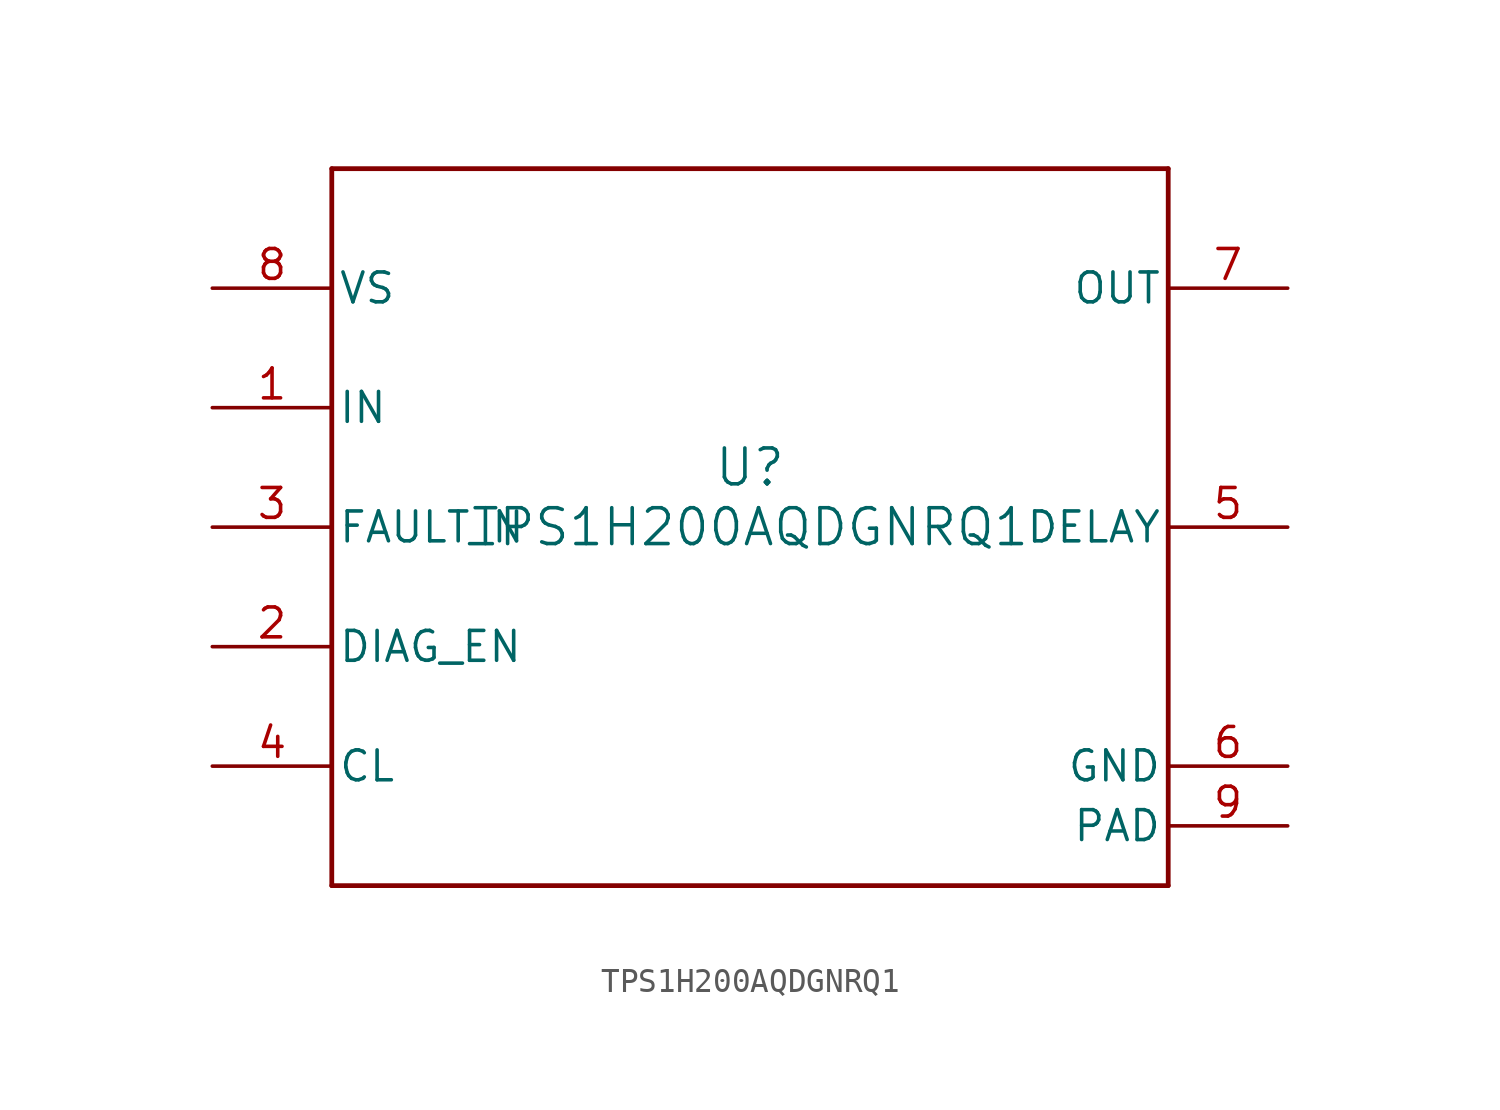
<source format=kicad_sym>
(kicad_symbol_lib
  (version 20211014)
  (generator kicad_symbol_editor)
  (symbol "TPS1H200AQDGNRQ1"
    (pin_names
      (offset 0.254))
    (property "Reference" "U"
      (at 0 2.54 0)
      (effects (font (size 1.524 1.524))))
    (property "Value" "TPS1H200AQDGNRQ1"
      (at 0 0 0)
      (effects (font (size 1.524 1.524))))
    (symbol "TPS1H200AQDGNRQ1_0_1"
      (polyline (pts (xy -17.78 -15.24) (xy 17.78 -15.24)) (stroke (width 0.203) (type default) (color 0 0 0 0)) (fill (type none)))
      (polyline (pts (xy 17.78 -15.24) (xy 17.78 15.24)) (stroke (width 0.203) (type default) (color 0 0 0 0)) (fill (type none)))
      (polyline (pts (xy 17.78 15.24) (xy -17.78 15.24)) (stroke (width 0.203) (type default) (color 0 0 0 0)) (fill (type none)))
      (polyline (pts (xy -17.78 15.24) (xy -17.78 -15.24)) (stroke (width 0.203) (type default) (color 0 0 0 0)) (fill (type none)))
      (pin input line (at -22.86 5.08 0) (length 5.08) (name "IN" (effects (font (size 1.27 1.27)))) (number "1" (effects (font (size 1.27 1.27)))))
      (pin input line (at -22.86 -5.08 0) (length 5.08) (name "DIAG_EN" (effects (font (size 1.27 1.27)))) (number "2" (effects (font (size 1.27 1.27)))))
      (pin open_collector line (at -22.86 0 0) (length 5.08) (name "FAULT_N" (effects (font (size 1.27 1.27)))) (number "3" (effects (font (size 1.27 1.27)))))
      (pin input line (at -22.86 -10.16 0) (length 5.08) (name "CL" (effects (font (size 1.27 1.27)))) (number "4" (effects (font (size 1.27 1.27)))))
      (pin bidirectional line (at 22.86 0 180) (length 5.08) (name "DELAY" (effects (font (size 1.27 1.27)))) (number "5" (effects (font (size 1.27 1.27)))))
      (pin power_in line (at 22.86 -10.16 180) (length 5.08) (name "GND" (effects (font (size 1.27 1.27)))) (number "6" (effects (font (size 1.27 1.27)))))
      (pin power_in line (at 22.86 10.16 180) (length 5.08) (name "OUT" (effects (font (size 1.27 1.27)))) (number "7" (effects (font (size 1.27 1.27)))))
      (pin power_in line (at -22.86 10.16 0) (length 5.08) (name "VS" (effects (font (size 1.27 1.27)))) (number "8" (effects (font (size 1.27 1.27)))))
      (pin unspecified line (at 22.86 -12.7 180) (length 5.08) (name "PAD" (effects (font (size 1.27 1.27)))) (number "9" (effects (font (size 1.27 1.27))))))))
</source>
